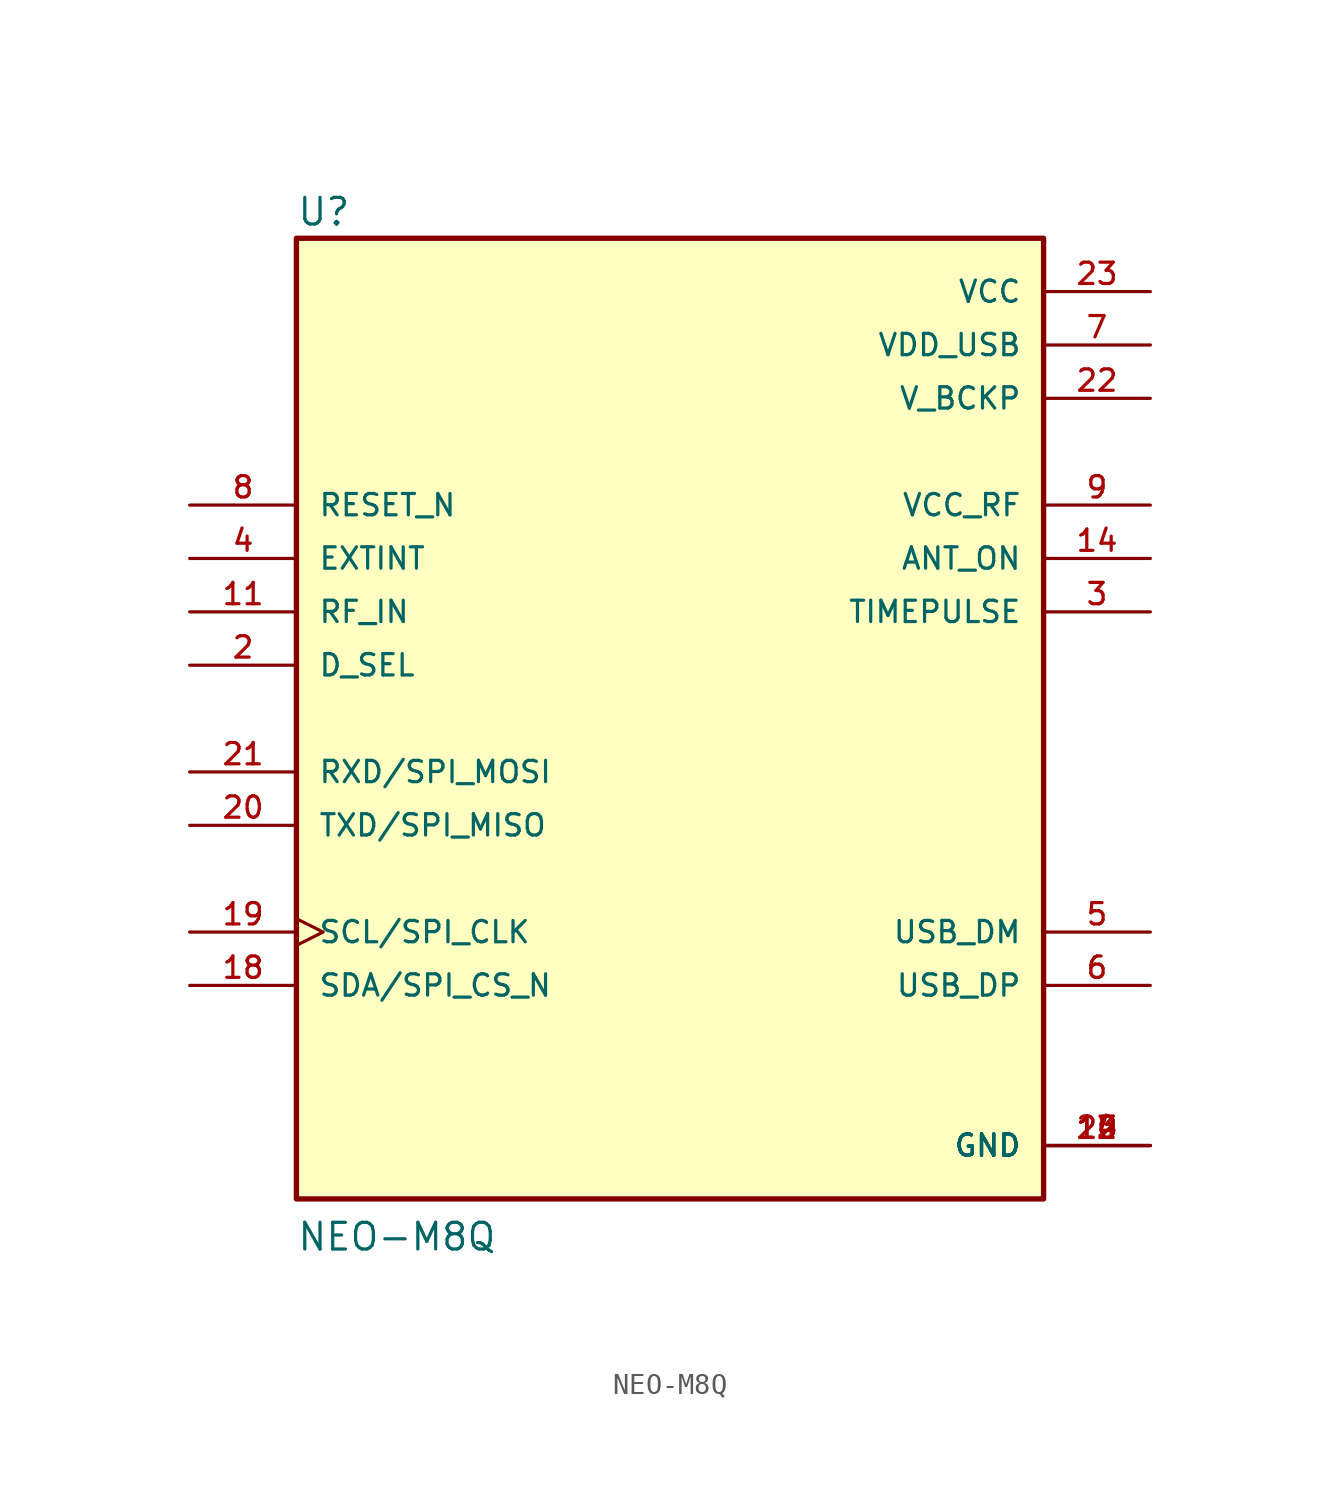
<source format=kicad_sym>
(kicad_symbol_lib
  (version 20211014)
  (generator kicad_symbol_editor)
  (symbol "NEO-M8Q"
    (pin_names
      (offset 1.016))
    (property "Reference" "U"
      (at -17.784 23.374 0)
      (effects (font (size 1.27 1.27)) (justify bottom left)))
    (property "Value" "NEO-M8Q"
      (at -17.785 -25.407 0)
      (effects (font (size 1.27 1.27)) (justify bottom left)))
    (symbol "NEO-M8Q_0_0"
      (rectangle (start -17.78 -22.86) (end 17.78 22.86) (stroke (width 0.254)) (fill (type background)))
      (pin input line (at -22.86 7.62 0) (length 5.08) (name "EXTINT" (effects (font (size 1.016 1.016)))) (number "4" (effects (font (size 1.016 1.016)))))
      (pin power_in line (at 22.86 -20.32 180.0) (length 5.08) (name "GND" (effects (font (size 1.016 1.016)))) (number "10" (effects (font (size 1.016 1.016)))))
      (pin power_in line (at 22.86 -20.32 180.0) (length 5.08) (name "GND" (effects (font (size 1.016 1.016)))) (number "12" (effects (font (size 1.016 1.016)))))
      (pin power_in line (at 22.86 -20.32 180.0) (length 5.08) (name "GND" (effects (font (size 1.016 1.016)))) (number "13" (effects (font (size 1.016 1.016)))))
      (pin power_in line (at 22.86 -20.32 180.0) (length 5.08) (name "GND" (effects (font (size 1.016 1.016)))) (number "24" (effects (font (size 1.016 1.016)))))
      (pin input line (at -22.86 2.54 0) (length 5.08) (name "D_SEL" (effects (font (size 1.016 1.016)))) (number "2" (effects (font (size 1.016 1.016)))))
      (pin bidirectional clock (at -22.86 -10.16 0) (length 5.08) (name "SCL/SPI_CLK" (effects (font (size 1.016 1.016)))) (number "19" (effects (font (size 1.016 1.016)))))
      (pin bidirectional line (at -22.86 -12.7 0) (length 5.08) (name "SDA/SPI_CS_N" (effects (font (size 1.016 1.016)))) (number "18" (effects (font (size 1.016 1.016)))))
      (pin input line (at -22.86 5.08 0) (length 5.08) (name "RF_IN" (effects (font (size 1.016 1.016)))) (number "11" (effects (font (size 1.016 1.016)))))
      (pin input line (at -22.86 10.16 0) (length 5.08) (name "RESET_N" (effects (font (size 1.016 1.016)))) (number "8" (effects (font (size 1.016 1.016)))))
      (pin output line (at -22.86 -5.08 0) (length 5.08) (name "TXD/SPI_MISO" (effects (font (size 1.016 1.016)))) (number "20" (effects (font (size 1.016 1.016)))))
      (pin input line (at -22.86 -2.54 0) (length 5.08) (name "RXD/SPI_MOSI" (effects (font (size 1.016 1.016)))) (number "21" (effects (font (size 1.016 1.016)))))
      (pin output line (at 22.86 5.08 180.0) (length 5.08) (name "TIMEPULSE" (effects (font (size 1.016 1.016)))) (number "3" (effects (font (size 1.016 1.016)))))
      (pin output line (at 22.86 7.62 180.0) (length 5.08) (name "ANT_ON" (effects (font (size 1.016 1.016)))) (number "14" (effects (font (size 1.016 1.016)))))
      (pin bidirectional line (at 22.86 -10.16 180.0) (length 5.08) (name "USB_DM" (effects (font (size 1.016 1.016)))) (number "5" (effects (font (size 1.016 1.016)))))
      (pin bidirectional line (at 22.86 -12.7 180.0) (length 5.08) (name "USB_DP" (effects (font (size 1.016 1.016)))) (number "6" (effects (font (size 1.016 1.016)))))
      (pin power_in line (at 22.86 15.24 180.0) (length 5.08) (name "V_BCKP" (effects (font (size 1.016 1.016)))) (number "22" (effects (font (size 1.016 1.016)))))
      (pin power_in line (at 22.86 20.32 180.0) (length 5.08) (name "VCC" (effects (font (size 1.016 1.016)))) (number "23" (effects (font (size 1.016 1.016)))))
      (pin output line (at 22.86 10.16 180.0) (length 5.08) (name "VCC_RF" (effects (font (size 1.016 1.016)))) (number "9" (effects (font (size 1.016 1.016)))))
      (pin power_in line (at 22.86 17.78 180.0) (length 5.08) (name "VDD_USB" (effects (font (size 1.016 1.016)))) (number "7" (effects (font (size 1.016 1.016))))))))
</source>
